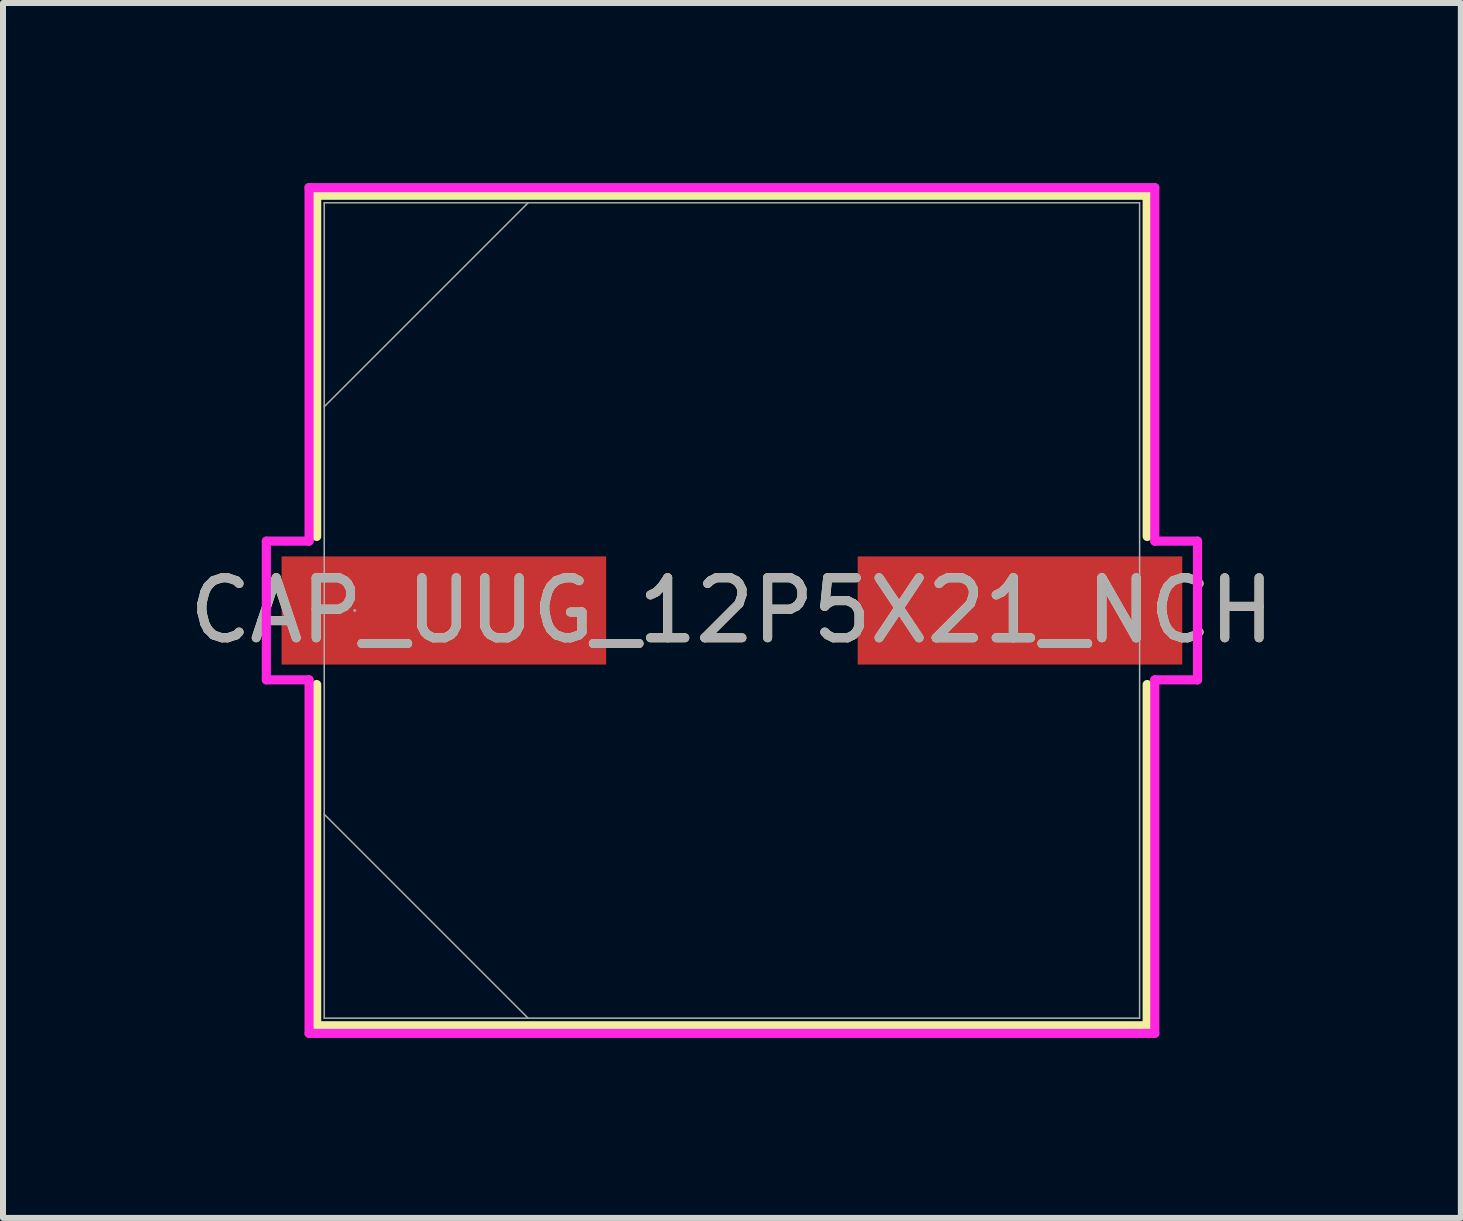
<source format=kicad_pcb>
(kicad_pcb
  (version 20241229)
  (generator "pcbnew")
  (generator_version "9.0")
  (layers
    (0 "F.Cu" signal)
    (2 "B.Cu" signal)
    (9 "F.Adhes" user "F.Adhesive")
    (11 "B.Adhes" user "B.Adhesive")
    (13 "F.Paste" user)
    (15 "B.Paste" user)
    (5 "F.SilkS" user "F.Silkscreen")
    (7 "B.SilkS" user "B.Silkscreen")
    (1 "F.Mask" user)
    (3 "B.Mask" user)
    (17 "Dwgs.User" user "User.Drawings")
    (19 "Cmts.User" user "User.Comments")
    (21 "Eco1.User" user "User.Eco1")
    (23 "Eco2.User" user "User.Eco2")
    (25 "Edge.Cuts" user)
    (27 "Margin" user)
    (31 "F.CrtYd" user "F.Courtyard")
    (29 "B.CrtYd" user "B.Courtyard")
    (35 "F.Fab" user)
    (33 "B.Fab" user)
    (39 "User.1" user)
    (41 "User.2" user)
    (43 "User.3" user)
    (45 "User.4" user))
  (footprint "CAP_UUG_12P5X21_NCH"
    (layer "F.Cu")
    (at 9.149 7.125)
    (property "Reference" "CAP_UUG_12P5X21_NCH" (at 0 0 0) (unlocked yes) (layer "F.SilkS") (effects (font (size 1 1) (thickness 0.15))))
    (attr smd)
    (fp_line (start -6.921 -6.921) (end -6.921 -1.234) (stroke (width 0.152) (type solid)) (layer "F.SilkS"))
    (fp_line (start -6.921 1.234) (end -6.921 6.921) (stroke (width 0.152) (type solid)) (layer "F.SilkS"))
    (fp_line (start -6.921 6.921) (end 6.921 6.921) (stroke (width 0.152) (type solid)) (layer "F.SilkS"))
    (fp_line (start 6.921 -6.921) (end -6.921 -6.921) (stroke (width 0.152) (type solid)) (layer "F.SilkS"))
    (fp_line (start 6.921 -1.234) (end 6.921 -6.921) (stroke (width 0.152) (type solid)) (layer "F.SilkS"))
    (fp_line (start 6.921 6.921) (end 6.921 1.234) (stroke (width 0.152) (type solid)) (layer "F.SilkS"))
    (fp_line (start -7.76 -1.156) (end -7.048 -1.156) (stroke (width 0.152) (type solid)) (layer "F.CrtYd"))
    (fp_line (start -7.76 1.156) (end -7.76 -1.156) (stroke (width 0.152) (type solid)) (layer "F.CrtYd"))
    (fp_line (start -7.048 -7.048) (end 7.048 -7.048) (stroke (width 0.152) (type solid)) (layer "F.CrtYd"))
    (fp_line (start -7.048 -1.156) (end -7.048 -7.048) (stroke (width 0.152) (type solid)) (layer "F.CrtYd"))
    (fp_line (start -7.048 1.156) (end -7.76 1.156) (stroke (width 0.152) (type solid)) (layer "F.CrtYd"))
    (fp_line (start -7.048 7.048) (end -7.048 1.156) (stroke (width 0.152) (type solid)) (layer "F.CrtYd"))
    (fp_line (start 7.048 -7.048) (end 7.048 -1.156) (stroke (width 0.152) (type solid)) (layer "F.CrtYd"))
    (fp_line (start 7.048 -1.156) (end 7.76 -1.156) (stroke (width 0.152) (type solid)) (layer "F.CrtYd"))
    (fp_line (start 7.048 1.156) (end 7.048 7.048) (stroke (width 0.152) (type solid)) (layer "F.CrtYd"))
    (fp_line (start 7.048 7.048) (end -7.048 7.048) (stroke (width 0.152) (type solid)) (layer "F.CrtYd"))
    (fp_line (start 7.76 -1.156) (end 7.76 1.156) (stroke (width 0.152) (type solid)) (layer "F.CrtYd"))
    (fp_line (start 7.76 1.156) (end 7.048 1.156) (stroke (width 0.152) (type solid)) (layer "F.CrtYd"))
    (fp_line (start -6.795 -6.795) (end -6.795 6.795) (stroke (width 0.025) (type solid)) (layer "F.Fab"))
    (fp_line (start -6.795 -3.397) (end -3.397 -6.795) (stroke (width 0.025) (type solid)) (layer "F.Fab"))
    (fp_line (start -6.795 3.397) (end -3.397 6.795) (stroke (width 0.025) (type solid)) (layer "F.Fab"))
    (fp_line (start -6.795 6.795) (end 6.795 6.795) (stroke (width 0.025) (type solid)) (layer "F.Fab"))
    (fp_line (start 6.795 -6.795) (end -6.795 -6.795) (stroke (width 0.025) (type solid)) (layer "F.Fab"))
    (fp_line (start 6.795 6.795) (end 6.795 -6.795) (stroke (width 0.025) (type solid)) (layer "F.Fab"))
    (fp_circle (center -6.287 0) (end -6.287 0) (stroke (width 0.025) (type solid)) (fill no) (layer "F.Fab"))
    (fp_text user "${REFERENCE}" (at 0 0 0) (unlocked yes) (layer "F.Fab") (effects (font (size 1 1) (thickness 0.15))))
    (pad "1" smd rect (at -4.801 0) (size 5.41 1.803) (layers "F.Cu" "F.Mask" "F.Paste"))
    (pad "2" smd rect (at 4.801 0) (size 5.41 1.803) (layers "F.Cu" "F.Mask" "F.Paste"))
    (zone (net_name "") (layer "F.Cu") (hatch full 0.508) (connect_pads) (min_thickness 0.254) (filled_areas_thickness no) (keepout (tracks not_allowed) (vias not_allowed) (pads allowed) (copperpour not_allowed) (footprints allowed)) (placement (enabled no)) (fill) (polygon (pts (xy 2.405 0.381) (xy 15.893 0.381) (xy 15.893 6.172) (xy 2.405 6.172))))
    (zone (net_name "") (layer "F.Cu") (hatch full 0.508) (connect_pads) (min_thickness 0.254) (filled_areas_thickness no) (keepout (tracks not_allowed) (vias not_allowed) (pads allowed) (copperpour not_allowed) (footprints allowed)) (placement (enabled no)) (fill) (polygon (pts (xy 2.405 8.077) (xy 15.893 8.077) (xy 15.893 13.868) (xy 2.405 13.868))))
    (zone (net_name "") (layer "F.Cu") (hatch full 0.508) (connect_pads) (min_thickness 0.254) (filled_areas_thickness no) (keepout (tracks not_allowed) (vias not_allowed) (pads allowed) (copperpour not_allowed) (footprints allowed)) (placement (enabled no)) (fill) (polygon (pts (xy 7.104 6.172) (xy 11.194 6.172) (xy 11.194 8.077) (xy 7.104 8.077)))))
  (gr_rect
    (start -3 -3)
    (end 21.298 17.249)
    (stroke (width 0.1) (type default))
    (fill no)
    (layer "Edge.Cuts")))
</source>
